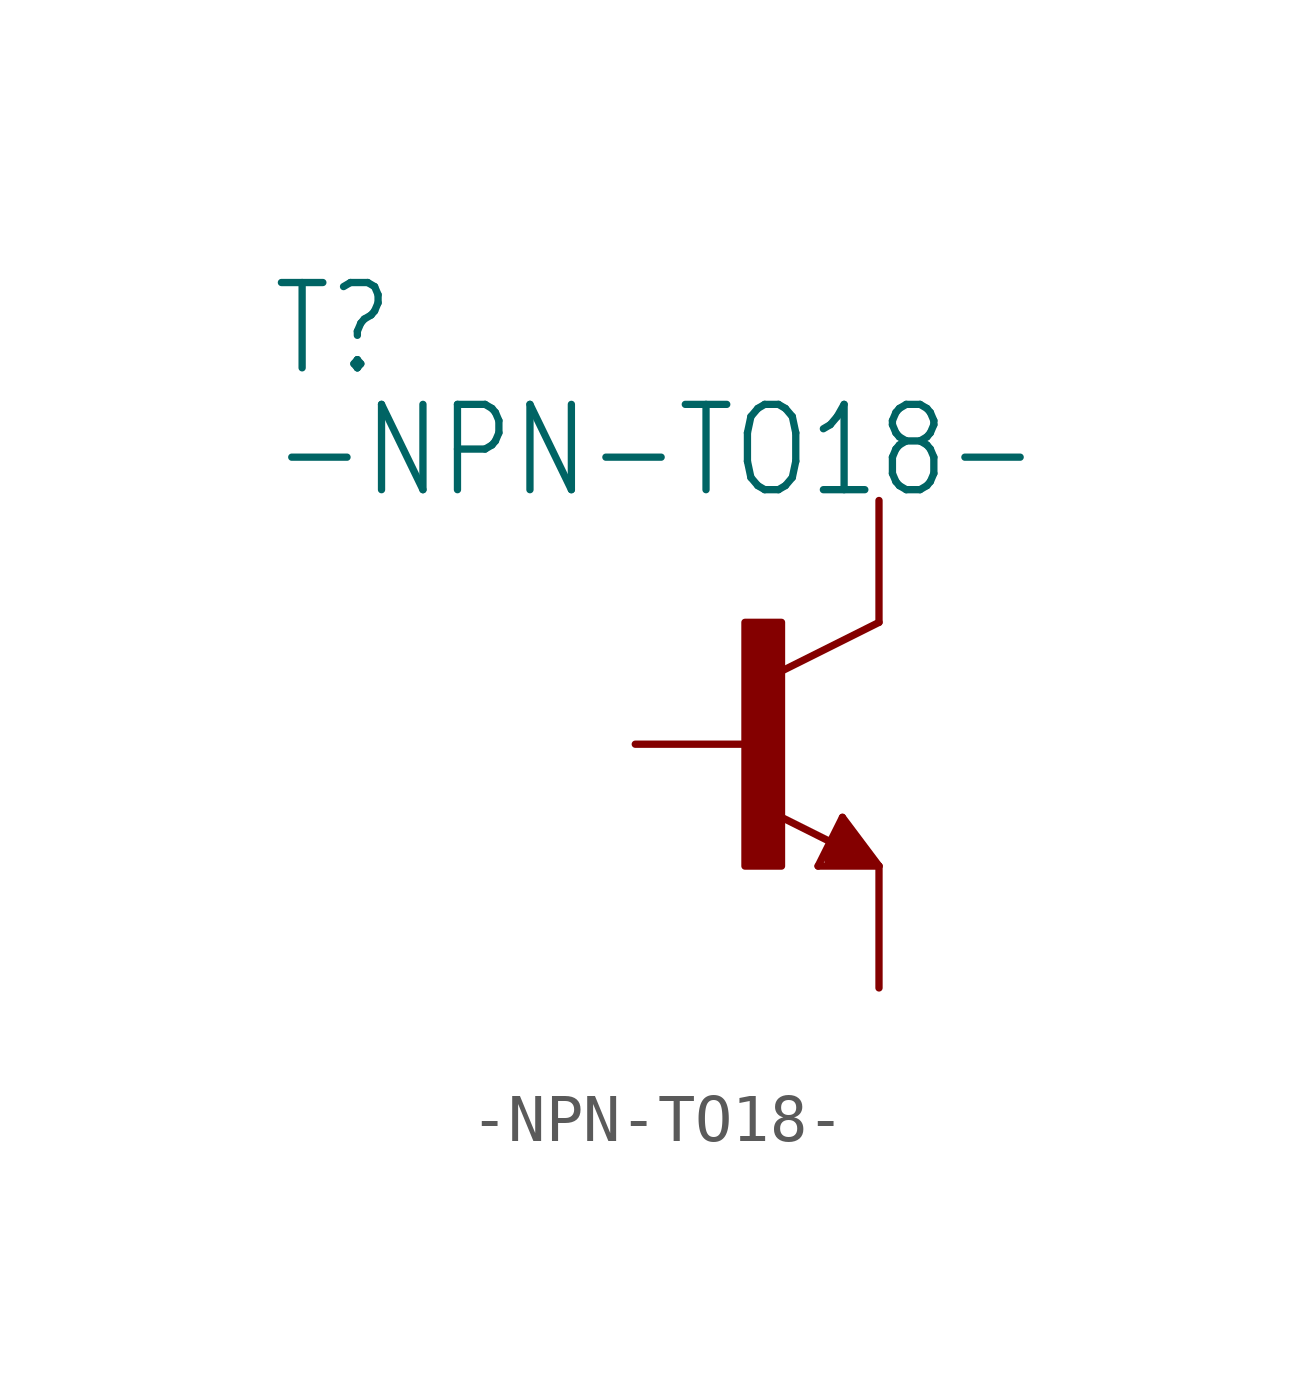
<source format=kicad_sym>
(kicad_symbol_lib
  (version 20211014)
  (generator kicad_symbol_editor)
  (symbol "-NPN-TO18-"
    (property "Reference" "T"
      (at -10.16 7.62 0)
      (effects (font (size 1.778 1.511)) (justify left bottom)))
    (property "Value" "-NPN-TO18-"
      (at -10.16 5.08 0)
      (effects (font (size 1.778 1.511)) (justify left bottom)))
    (property "ki_locked" ""
      (at 0 0 0)
      (effects (font (size 1.27 1.27))))
    (symbol "-NPN-TO18-_1_0"
      (rectangle (start -0.254 -2.54) (end 0.508 2.54) (stroke (width 0) (type default) (color 0 0 0 0)) (fill (type outline)))
      (polyline (pts (xy 1.27 -2.54) (xy 1.778 -1.524)) (stroke (width 0.152) (type default) (color 0 0 0 0)) (fill (type none)))
      (polyline (pts (xy 1.524 -2.413) (xy 2.286 -2.413)) (stroke (width 0.254) (type default) (color 0 0 0 0)) (fill (type none)))
      (polyline (pts (xy 1.524 -2.286) (xy 1.905 -2.286)) (stroke (width 0.254) (type default) (color 0 0 0 0)) (fill (type none)))
      (polyline (pts (xy 1.54 -2.04) (xy 0.308 -1.424)) (stroke (width 0.152) (type default) (color 0 0 0 0)) (fill (type none)))
      (polyline (pts (xy 1.778 -1.778) (xy 1.524 -2.286)) (stroke (width 0.254) (type default) (color 0 0 0 0)) (fill (type none)))
      (polyline (pts (xy 1.778 -1.524) (xy 2.54 -2.54)) (stroke (width 0.152) (type default) (color 0 0 0 0)) (fill (type none)))
      (polyline (pts (xy 1.905 -2.286) (xy 1.778 -2.032)) (stroke (width 0.254) (type default) (color 0 0 0 0)) (fill (type none)))
      (polyline (pts (xy 2.286 -2.413) (xy 1.778 -1.778)) (stroke (width 0.254) (type default) (color 0 0 0 0)) (fill (type none)))
      (polyline (pts (xy 2.54 -2.54) (xy 1.27 -2.54)) (stroke (width 0.152) (type default) (color 0 0 0 0)) (fill (type none)))
      (polyline (pts (xy 2.54 2.54) (xy 0.508 1.524)) (stroke (width 0.152) (type default) (color 0 0 0 0)) (fill (type none)))
      (pin passive line (at 2.54 -5.08 90) (length 2.54) (name "E" (effects (font (size 0 0)))) (number "1" (effects (font (size 0 0)))))
      (pin passive line (at -2.54 0 0) (length 2.54) (name "B" (effects (font (size 0 0)))) (number "2" (effects (font (size 0 0)))))
      (pin passive line (at 2.54 5.08 270) (length 2.54) (name "C" (effects (font (size 0 0)))) (number "3" (effects (font (size 0 0))))))))
</source>
